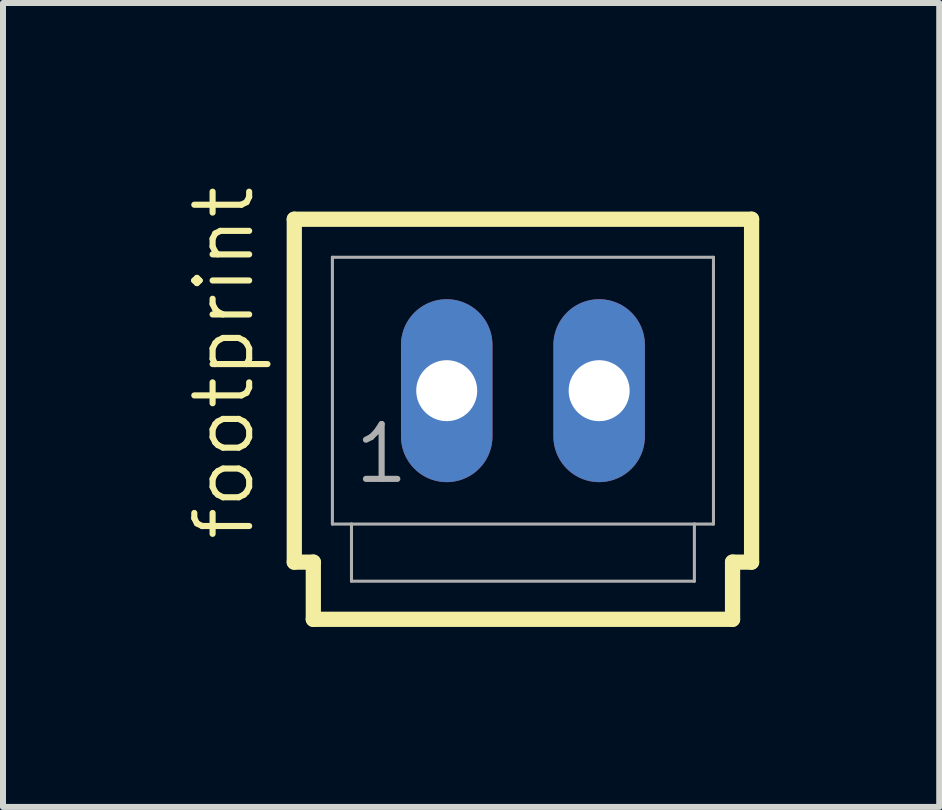
<source format=kicad_pcb>
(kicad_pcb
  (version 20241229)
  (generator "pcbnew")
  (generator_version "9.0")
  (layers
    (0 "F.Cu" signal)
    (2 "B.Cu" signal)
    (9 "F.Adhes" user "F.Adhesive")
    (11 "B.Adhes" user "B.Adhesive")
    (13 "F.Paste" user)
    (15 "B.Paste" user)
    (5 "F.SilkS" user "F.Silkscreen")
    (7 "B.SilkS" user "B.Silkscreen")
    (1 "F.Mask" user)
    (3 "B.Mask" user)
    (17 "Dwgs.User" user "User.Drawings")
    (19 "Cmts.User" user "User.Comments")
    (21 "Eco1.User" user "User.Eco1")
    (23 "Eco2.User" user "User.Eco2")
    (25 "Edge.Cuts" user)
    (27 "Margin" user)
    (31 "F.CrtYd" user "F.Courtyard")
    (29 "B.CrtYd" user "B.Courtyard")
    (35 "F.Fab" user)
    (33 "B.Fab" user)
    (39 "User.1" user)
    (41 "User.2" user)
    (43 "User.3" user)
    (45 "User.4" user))
  (footprint "footprint"
    (layer "F.Cu")
    (at 5.664 3.46)
    (property "Reference" "footprint" (at -4.445 2.54 90) (layer "F.SilkS") (effects (font (size 0.914 0.914) (thickness 0.102)) (justify left bottom)))
    (fp_line (start -3.81 -2.857) (end -3.81 2.857) (stroke (width 0.254) (type solid)) (layer "F.SilkS"))
    (fp_line (start -3.81 2.857) (end -3.493 2.857) (stroke (width 0.254) (type solid)) (layer "F.SilkS"))
    (fp_line (start -3.493 2.857) (end -3.493 3.81) (stroke (width 0.254) (type solid)) (layer "F.SilkS"))
    (fp_line (start -3.493 3.81) (end 3.493 3.81) (stroke (width 0.254) (type solid)) (layer "F.SilkS"))
    (fp_line (start 3.493 2.857) (end 3.81 2.857) (stroke (width 0.254) (type solid)) (layer "F.SilkS"))
    (fp_line (start 3.493 3.81) (end 3.493 2.857) (stroke (width 0.254) (type solid)) (layer "F.SilkS"))
    (fp_line (start 3.81 -2.857) (end -3.81 -2.857) (stroke (width 0.254) (type solid)) (layer "F.SilkS"))
    (fp_line (start 3.81 2.857) (end 3.81 -2.857) (stroke (width 0.254) (type solid)) (layer "F.SilkS"))
    (fp_line (start -3.175 -2.223) (end -3.175 2.223) (stroke (width 0.051) (type solid)) (layer "F.Fab"))
    (fp_line (start -3.175 -2.223) (end 3.175 -2.223) (stroke (width 0.051) (type solid)) (layer "F.Fab"))
    (fp_line (start -3.175 2.223) (end -2.857 2.223) (stroke (width 0.051) (type solid)) (layer "F.Fab"))
    (fp_line (start -2.857 2.223) (end -2.857 3.175) (stroke (width 0.051) (type solid)) (layer "F.Fab"))
    (fp_line (start -2.857 2.223) (end 2.857 2.223) (stroke (width 0.051) (type solid)) (layer "F.Fab"))
    (fp_line (start 2.857 2.223) (end 2.857 3.175) (stroke (width 0.051) (type solid)) (layer "F.Fab"))
    (fp_line (start 2.857 2.223) (end 3.175 2.223) (stroke (width 0.051) (type solid)) (layer "F.Fab"))
    (fp_line (start 2.857 3.175) (end -2.857 3.175) (stroke (width 0.051) (type solid)) (layer "F.Fab"))
    (fp_line (start 3.175 -2.223) (end 3.175 2.223) (stroke (width 0.051) (type solid)) (layer "F.Fab"))
    (fp_poly (pts (xy -1.508 0.238) (xy -1.032 0.238) (xy -1.032 -0.238) (xy -1.508 -0.238)) (stroke (width 0.1) (type solid)) (fill no) (layer "F.Fab"))
    (fp_poly (pts (xy 1.032 0.238) (xy 1.508 0.238) (xy 1.508 -0.238) (xy 1.032 -0.238)) (stroke (width 0.1) (type solid)) (fill no) (layer "F.Fab"))
    (fp_text user "1" (at -2.857 1.587 0) (layer "F.Fab") (effects (font (size 0.914 0.914) (thickness 0.102)) (justify left bottom)))
    (pad "1" thru_hole oval (at -1.27 0 90) (size 3.048 1.524) (drill 1.016) (layers "*.Cu" "*.Mask"))
    (pad "2" thru_hole oval (at 1.27 0 90) (size 3.048 1.524) (drill 1.016) (layers "*.Cu" "*.Mask")))
  (gr_rect
    (start -3 -3)
    (end 12.601 10.397)
    (stroke (width 0.1) (type default))
    (fill no)
    (layer "Edge.Cuts")))
</source>
